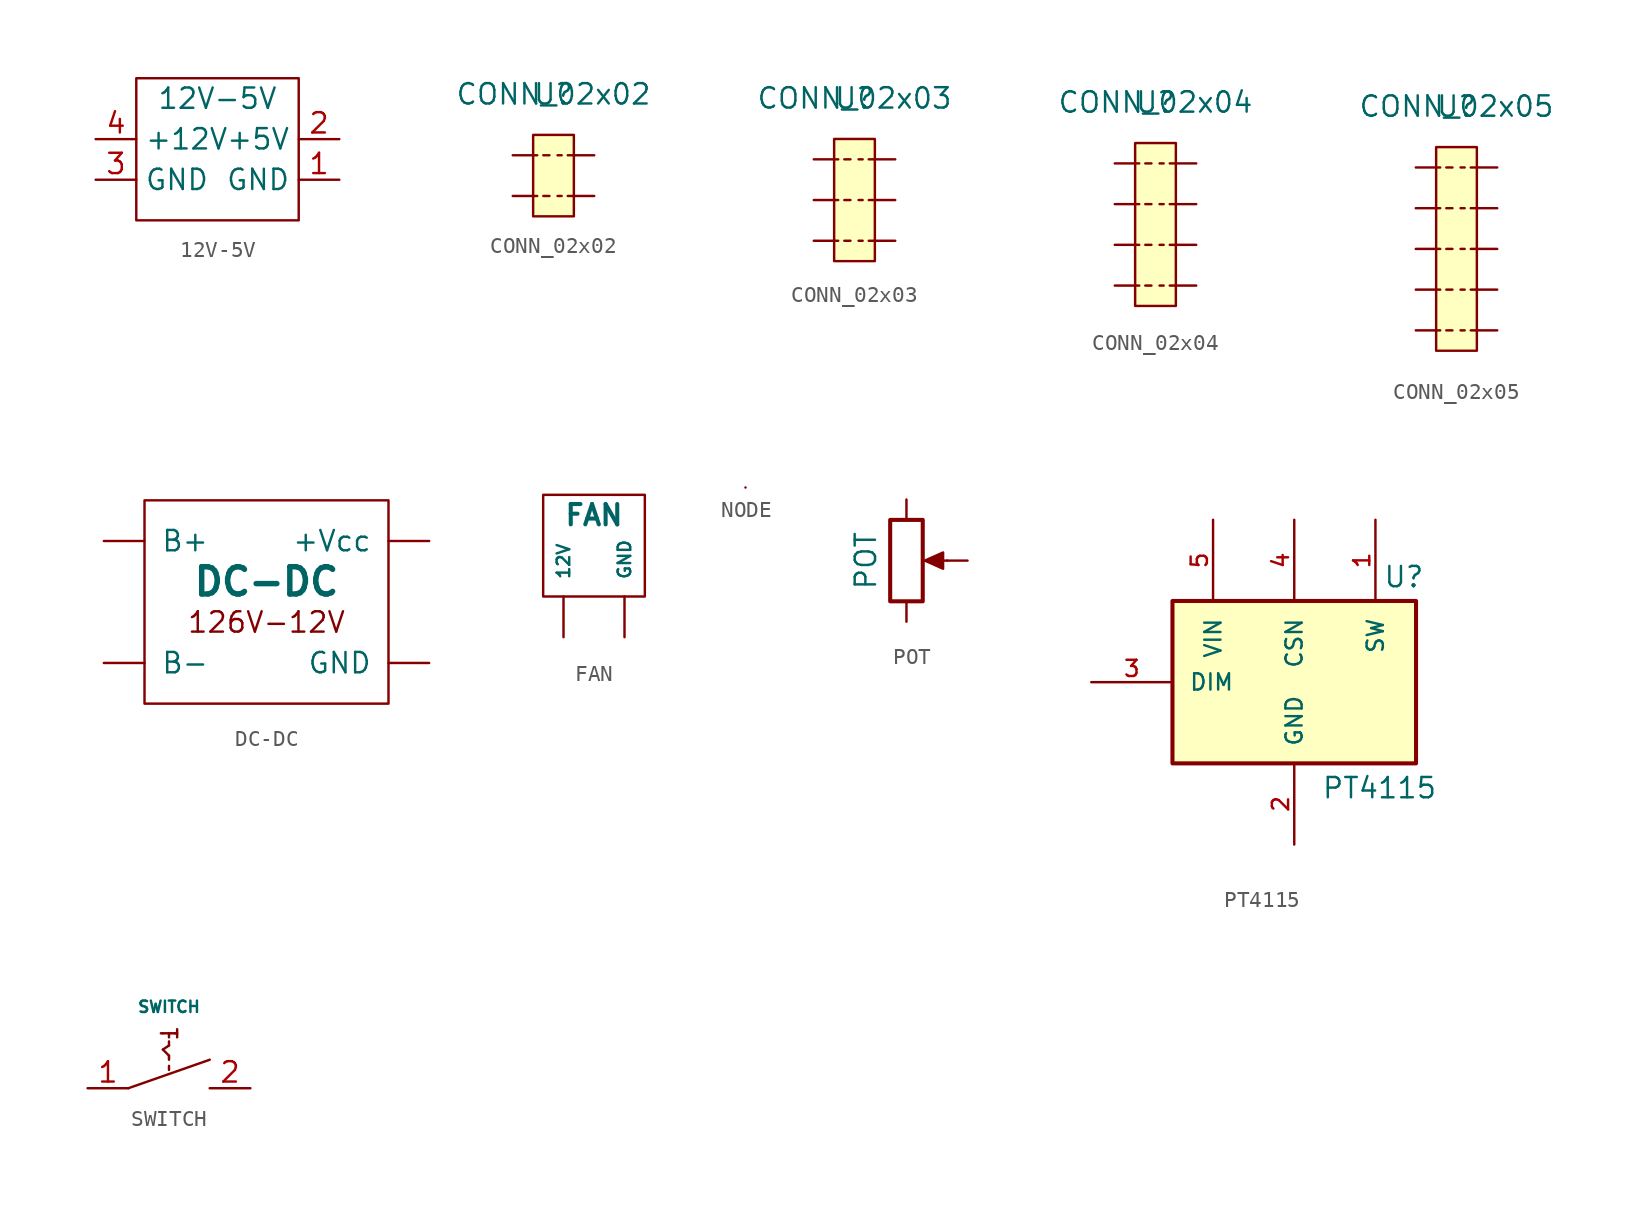
<source format=kicad_sym>
(kicad_symbol_lib
  (version 20231120)
  (generator "kicad_symbol_editor")
  (generator_version "8.0")
  (symbol "12V-5V"
    (property "Reference" "U"
      (at 0 0 0)
      (effects (font (size 1.27 1.27)) (hide yes)))
    (property "Value" "12V-5V"
      (at 0 2.54 0)
      (effects (font (size 1.27 1.27))))
    (symbol "12V-5V_0_1"
      (rectangle (start -5.08 3.81) (end 5.08 -5.08) (stroke (width 0) (type default)) (fill (type none))))
    (symbol "12V-5V_1_1"
      (pin input line (at 7.62 -2.54 180) (length 2.54) (name "GND" (effects (font (size 1.27 1.27)))) (number "1" (effects (font (size 1.27 1.27)))))
      (pin input line (at 7.62 0 180) (length 2.54) (name "+5V" (effects (font (size 1.27 1.27)))) (number "2" (effects (font (size 1.27 1.27)))))
      (pin input line (at -7.62 -2.54 0) (length 2.54) (name "GND" (effects (font (size 1.27 1.27)))) (number "3" (effects (font (size 1.27 1.27)))))
      (pin input line (at -7.62 0 0) (length 2.54) (name "+12V" (effects (font (size 1.27 1.27)))) (number "4" (effects (font (size 1.27 1.27)))))))
  (symbol "CONN_02x02"
    (property "Reference" "U"
      (at 0 0 0)
      (effects (font (size 1.27 1.27))))
    (property "Value" "CONN_02x02"
      (at 0 0 0)
      (effects (font (size 1.27 1.27))))
    (symbol "CONN_02x02_0_1"
      (rectangle (start -1.27 -2.54) (end 1.27 -7.62) (stroke (width 0) (type default)) (fill (type background)))
      (polyline (pts (xy -1.27 -6.35) (xy -1.016 -6.35)) (stroke (width 0) (type default)) (fill (type none)))
      (polyline (pts (xy -1.27 -3.81) (xy -1.016 -3.81)) (stroke (width 0) (type default)) (fill (type none)))
      (polyline (pts (xy -0.635 -6.35) (xy -0.254 -6.35)) (stroke (width 0) (type default)) (fill (type none)))
      (polyline (pts (xy -0.635 -3.81) (xy -0.254 -3.81)) (stroke (width 0) (type default)) (fill (type none)))
      (polyline (pts (xy 0.254 -6.35) (xy 0.508 -6.35)) (stroke (width 0) (type default)) (fill (type none)))
      (polyline (pts (xy 0.254 -3.81) (xy 0.508 -3.81)) (stroke (width 0) (type default)) (fill (type none)))
      (polyline (pts (xy 0.889 -6.35) (xy 1.27 -6.35)) (stroke (width 0) (type default)) (fill (type none)))
      (polyline (pts (xy 0.889 -3.81) (xy 1.27 -3.81)) (stroke (width 0) (type default)) (fill (type none))))
    (symbol "CONN_02x02_1_1"
      (pin input line (at -2.54 -6.35 0) (length 1.27) (name "" (effects (font (size 1.27 1.27)))) (number "" (effects (font (size 1.27 1.27)))))
      (pin input line (at -2.54 -3.81 0) (length 1.27) (name "" (effects (font (size 1.27 1.27)))) (number "" (effects (font (size 1.27 1.27)))))
      (pin input line (at 2.54 -6.35 180) (length 1.27) (name "" (effects (font (size 1.27 1.27)))) (number "" (effects (font (size 1.27 1.27)))))
      (pin input line (at 2.54 -3.81 180) (length 1.27) (name "" (effects (font (size 1.27 1.27)))) (number "" (effects (font (size 1.27 1.27)))))))
  (symbol "CONN_02x03"
    (property "Reference" "U"
      (at 0 0 0)
      (effects (font (size 1.27 1.27))))
    (property "Value" "CONN_02x03"
      (at 0 0 0)
      (effects (font (size 1.27 1.27))))
    (symbol "CONN_02x03_0_1"
      (rectangle (start -1.27 -2.54) (end 1.27 -10.16) (stroke (width 0) (type default)) (fill (type background)))
      (polyline (pts (xy -1.27 -8.89) (xy -1.016 -8.89)) (stroke (width 0) (type default)) (fill (type none)))
      (polyline (pts (xy -1.27 -6.35) (xy -1.016 -6.35)) (stroke (width 0) (type default)) (fill (type none)))
      (polyline (pts (xy -1.27 -3.81) (xy -1.016 -3.81)) (stroke (width 0) (type default)) (fill (type none)))
      (polyline (pts (xy -0.635 -8.89) (xy -0.254 -8.89)) (stroke (width 0) (type default)) (fill (type none)))
      (polyline (pts (xy -0.635 -6.35) (xy -0.254 -6.35)) (stroke (width 0) (type default)) (fill (type none)))
      (polyline (pts (xy -0.635 -3.81) (xy -0.254 -3.81)) (stroke (width 0) (type default)) (fill (type none)))
      (polyline (pts (xy 0.254 -8.89) (xy 0.508 -8.89)) (stroke (width 0) (type default)) (fill (type none)))
      (polyline (pts (xy 0.254 -6.35) (xy 0.508 -6.35)) (stroke (width 0) (type default)) (fill (type none)))
      (polyline (pts (xy 0.254 -3.81) (xy 0.508 -3.81)) (stroke (width 0) (type default)) (fill (type none)))
      (polyline (pts (xy 0.889 -8.89) (xy 1.27 -8.89)) (stroke (width 0) (type default)) (fill (type none)))
      (polyline (pts (xy 0.889 -6.35) (xy 1.27 -6.35)) (stroke (width 0) (type default)) (fill (type none)))
      (polyline (pts (xy 0.889 -3.81) (xy 1.27 -3.81)) (stroke (width 0) (type default)) (fill (type none))))
    (symbol "CONN_02x03_1_1"
      (pin input line (at -2.54 -8.89 0) (length 1.27) (name "" (effects (font (size 1.27 1.27)))) (number "" (effects (font (size 1.27 1.27)))))
      (pin input line (at -2.54 -6.35 0) (length 1.27) (name "" (effects (font (size 1.27 1.27)))) (number "" (effects (font (size 1.27 1.27)))))
      (pin input line (at -2.54 -3.81 0) (length 1.27) (name "" (effects (font (size 1.27 1.27)))) (number "" (effects (font (size 1.27 1.27)))))
      (pin input line (at 2.54 -8.89 180) (length 1.27) (name "" (effects (font (size 1.27 1.27)))) (number "" (effects (font (size 1.27 1.27)))))
      (pin input line (at 2.54 -6.35 180) (length 1.27) (name "" (effects (font (size 1.27 1.27)))) (number "" (effects (font (size 1.27 1.27)))))
      (pin input line (at 2.54 -3.81 180) (length 1.27) (name "" (effects (font (size 1.27 1.27)))) (number "" (effects (font (size 1.27 1.27)))))))
  (symbol "CONN_02x04"
    (property "Reference" "U"
      (at 0 0 0)
      (effects (font (size 1.27 1.27))))
    (property "Value" "CONN_02x04"
      (at 0 0 0)
      (effects (font (size 1.27 1.27))))
    (symbol "CONN_02x04_0_1"
      (rectangle (start -1.27 -2.54) (end 1.27 -12.7) (stroke (width 0) (type default)) (fill (type background)))
      (polyline (pts (xy -1.27 -11.43) (xy -1.016 -11.43)) (stroke (width 0) (type default)) (fill (type none)))
      (polyline (pts (xy -1.27 -8.89) (xy -1.016 -8.89)) (stroke (width 0) (type default)) (fill (type none)))
      (polyline (pts (xy -1.27 -6.35) (xy -1.016 -6.35)) (stroke (width 0) (type default)) (fill (type none)))
      (polyline (pts (xy -1.27 -3.81) (xy -1.016 -3.81)) (stroke (width 0) (type default)) (fill (type none)))
      (polyline (pts (xy -0.635 -11.43) (xy -0.254 -11.43)) (stroke (width 0) (type default)) (fill (type none)))
      (polyline (pts (xy -0.635 -8.89) (xy -0.254 -8.89)) (stroke (width 0) (type default)) (fill (type none)))
      (polyline (pts (xy -0.635 -6.35) (xy -0.254 -6.35)) (stroke (width 0) (type default)) (fill (type none)))
      (polyline (pts (xy -0.635 -3.81) (xy -0.254 -3.81)) (stroke (width 0) (type default)) (fill (type none)))
      (polyline (pts (xy 0.254 -11.43) (xy 0.508 -11.43)) (stroke (width 0) (type default)) (fill (type none)))
      (polyline (pts (xy 0.254 -8.89) (xy 0.508 -8.89)) (stroke (width 0) (type default)) (fill (type none)))
      (polyline (pts (xy 0.254 -6.35) (xy 0.508 -6.35)) (stroke (width 0) (type default)) (fill (type none)))
      (polyline (pts (xy 0.254 -3.81) (xy 0.508 -3.81)) (stroke (width 0) (type default)) (fill (type none)))
      (polyline (pts (xy 0.889 -11.43) (xy 1.27 -11.43)) (stroke (width 0) (type default)) (fill (type none)))
      (polyline (pts (xy 0.889 -8.89) (xy 1.27 -8.89)) (stroke (width 0) (type default)) (fill (type none)))
      (polyline (pts (xy 0.889 -6.35) (xy 1.27 -6.35)) (stroke (width 0) (type default)) (fill (type none)))
      (polyline (pts (xy 0.889 -3.81) (xy 1.27 -3.81)) (stroke (width 0) (type default)) (fill (type none))))
    (symbol "CONN_02x04_1_1"
      (pin input line (at -2.54 -11.43 0) (length 1.27) (name "" (effects (font (size 1.27 1.27)))) (number "" (effects (font (size 1.27 1.27)))))
      (pin input line (at -2.54 -8.89 0) (length 1.27) (name "" (effects (font (size 1.27 1.27)))) (number "" (effects (font (size 1.27 1.27)))))
      (pin input line (at -2.54 -6.35 0) (length 1.27) (name "" (effects (font (size 1.27 1.27)))) (number "" (effects (font (size 1.27 1.27)))))
      (pin input line (at -2.54 -3.81 0) (length 1.27) (name "" (effects (font (size 1.27 1.27)))) (number "" (effects (font (size 1.27 1.27)))))
      (pin input line (at 2.54 -11.43 180) (length 1.27) (name "" (effects (font (size 1.27 1.27)))) (number "" (effects (font (size 1.27 1.27)))))
      (pin input line (at 2.54 -8.89 180) (length 1.27) (name "" (effects (font (size 1.27 1.27)))) (number "" (effects (font (size 1.27 1.27)))))
      (pin input line (at 2.54 -6.35 180) (length 1.27) (name "" (effects (font (size 1.27 1.27)))) (number "" (effects (font (size 1.27 1.27)))))
      (pin input line (at 2.54 -3.81 180) (length 1.27) (name "" (effects (font (size 1.27 1.27)))) (number "" (effects (font (size 1.27 1.27)))))))
  (symbol "CONN_02x05"
    (property "Reference" "U"
      (at 0 0 0)
      (effects (font (size 1.27 1.27))))
    (property "Value" "CONN_02x05"
      (at 0 0 0)
      (effects (font (size 1.27 1.27))))
    (symbol "CONN_02x05_0_1"
      (rectangle (start -1.27 -2.54) (end 1.27 -15.24) (stroke (width 0) (type default)) (fill (type background)))
      (polyline (pts (xy -1.27 -13.97) (xy -1.016 -13.97)) (stroke (width 0) (type default)) (fill (type none)))
      (polyline (pts (xy -1.27 -11.43) (xy -1.016 -11.43)) (stroke (width 0) (type default)) (fill (type none)))
      (polyline (pts (xy -1.27 -8.89) (xy -1.016 -8.89)) (stroke (width 0) (type default)) (fill (type none)))
      (polyline (pts (xy -1.27 -6.35) (xy -1.016 -6.35)) (stroke (width 0) (type default)) (fill (type none)))
      (polyline (pts (xy -1.27 -3.81) (xy -1.016 -3.81)) (stroke (width 0) (type default)) (fill (type none)))
      (polyline (pts (xy -0.635 -13.97) (xy -0.254 -13.97)) (stroke (width 0) (type default)) (fill (type none)))
      (polyline (pts (xy -0.635 -11.43) (xy -0.254 -11.43)) (stroke (width 0) (type default)) (fill (type none)))
      (polyline (pts (xy -0.635 -8.89) (xy -0.254 -8.89)) (stroke (width 0) (type default)) (fill (type none)))
      (polyline (pts (xy -0.635 -6.35) (xy -0.254 -6.35)) (stroke (width 0) (type default)) (fill (type none)))
      (polyline (pts (xy -0.635 -3.81) (xy -0.254 -3.81)) (stroke (width 0) (type default)) (fill (type none)))
      (polyline (pts (xy 0.254 -13.97) (xy 0.508 -13.97)) (stroke (width 0) (type default)) (fill (type none)))
      (polyline (pts (xy 0.254 -11.43) (xy 0.508 -11.43)) (stroke (width 0) (type default)) (fill (type none)))
      (polyline (pts (xy 0.254 -8.89) (xy 0.508 -8.89)) (stroke (width 0) (type default)) (fill (type none)))
      (polyline (pts (xy 0.254 -6.35) (xy 0.508 -6.35)) (stroke (width 0) (type default)) (fill (type none)))
      (polyline (pts (xy 0.254 -3.81) (xy 0.508 -3.81)) (stroke (width 0) (type default)) (fill (type none)))
      (polyline (pts (xy 0.889 -13.97) (xy 1.27 -13.97)) (stroke (width 0) (type default)) (fill (type none)))
      (polyline (pts (xy 0.889 -11.43) (xy 1.27 -11.43)) (stroke (width 0) (type default)) (fill (type none)))
      (polyline (pts (xy 0.889 -8.89) (xy 1.27 -8.89)) (stroke (width 0) (type default)) (fill (type none)))
      (polyline (pts (xy 0.889 -6.35) (xy 1.27 -6.35)) (stroke (width 0) (type default)) (fill (type none)))
      (polyline (pts (xy 0.889 -3.81) (xy 1.27 -3.81)) (stroke (width 0) (type default)) (fill (type none))))
    (symbol "CONN_02x05_1_1"
      (pin input line (at -2.54 -13.97 0) (length 1.27) (name "" (effects (font (size 1.27 1.27)))) (number "" (effects (font (size 1.27 1.27)))))
      (pin input line (at -2.54 -11.43 0) (length 1.27) (name "" (effects (font (size 1.27 1.27)))) (number "" (effects (font (size 1.27 1.27)))))
      (pin input line (at -2.54 -8.89 0) (length 1.27) (name "" (effects (font (size 1.27 1.27)))) (number "" (effects (font (size 1.27 1.27)))))
      (pin input line (at -2.54 -6.35 0) (length 1.27) (name "" (effects (font (size 1.27 1.27)))) (number "" (effects (font (size 1.27 1.27)))))
      (pin input line (at -2.54 -3.81 0) (length 1.27) (name "" (effects (font (size 1.27 1.27)))) (number "" (effects (font (size 1.27 1.27)))))
      (pin input line (at 2.54 -13.97 180) (length 1.27) (name "" (effects (font (size 1.27 1.27)))) (number "" (effects (font (size 1.27 1.27)))))
      (pin input line (at 2.54 -11.43 180) (length 1.27) (name "" (effects (font (size 1.27 1.27)))) (number "" (effects (font (size 1.27 1.27)))))
      (pin input line (at 2.54 -8.89 180) (length 1.27) (name "" (effects (font (size 1.27 1.27)))) (number "" (effects (font (size 1.27 1.27)))))
      (pin input line (at 2.54 -6.35 180) (length 1.27) (name "" (effects (font (size 1.27 1.27)))) (number "" (effects (font (size 1.27 1.27)))))
      (pin input line (at 2.54 -3.81 180) (length 1.27) (name "" (effects (font (size 1.27 1.27)))) (number "" (effects (font (size 1.27 1.27)))))))
  (symbol "DC-DC"
    (pin_names
      (offset 1.016))
    (property "Reference" "U"
      (at 0 0 0)
      (effects (font (size 1.27 1.27)) (hide yes)))
    (property "Value" "DC-DC"
      (at 0 2.54 0)
      (effects (font (size 1.7 1.7) (bold yes))))
    (symbol "DC-DC_0_0"
      (text "126V-12V" (at 0 0 0) (effects (font (size 1.27 1.27)))))
    (symbol "DC-DC_0_1"
      (rectangle (start -7.62 7.62) (end 7.62 -5.08) (stroke (width 0) (type default)) (fill (type none))))
    (symbol "DC-DC_1_1"
      (pin input line (at 10.16 5.08 180) (length 2.54) (name "+Vcc" (effects (font (size 1.27 1.27)))) (number "" (effects (font (size 1.27 1.27)))))
      (pin input line (at -10.16 5.08 0) (length 2.54) (name "B+" (effects (font (size 1.27 1.27)))) (number "" (effects (font (size 1.27 1.27)))))
      (pin input line (at -10.16 -2.54 0) (length 2.54) (name "B-" (effects (font (size 1.27 1.27)))) (number "" (effects (font (size 1.27 1.27)))))
      (pin input line (at 10.16 -2.54 180) (length 2.54) (name "GND" (effects (font (size 1.27 1.27)))) (number "" (effects (font (size 1.27 1.27)))))))
  (symbol "FAN"
    (pin_names
      (offset 1.016))
    (property "Reference" "F"
      (at 0 0 0)
      (effects (font (size 1.27 1.27)) (hide yes)))
    (property "Value" "FAN"
      (at -0.635 2.54 0)
      (effects (font (size 1.27 1.27) (bold yes))))
    (symbol "FAN_0_1"
      (rectangle (start -3.81 -2.54) (end 2.54 3.81) (stroke (width 0) (type default)) (fill (type none))))
    (symbol "FAN_1_1"
      (pin input line (at -2.54 -5.08 90) (length 2.54) (name "12V" (effects (font (size 0.787 0.787)))) (number "" (effects (font (size 0.787 0.787)))))
      (pin input line (at 1.27 -5.08 90) (length 2.54) (name "GND" (effects (font (size 0.787 0.787)))) (number "" (effects (font (size 0.787 0.787)))))))
  (symbol "NODE"
    (pin_numbers hide)
    (pin_names
      (offset 0) hide)
    (property "Reference" "U"
      (at 0 3.81 0)
      (effects (font (size 1.27 1.27)) (hide yes)))
    (symbol "NODE_1_1"
      (pin input line (at 0 0 270) (length 0) (name "" (effects (font (size 0.787 0.787)))) (number "" (effects (font (size 0.787 0.787)))))))
  (symbol "POT"
    (pin_names
      (offset 1.016) hide)
    (property "Reference" "RV"
      (at -4.445 0 90)
      (effects (font (size 1.27 1.27)) (hide yes)))
    (property "Value" "POT"
      (at -2.54 0 90)
      (effects (font (size 1.27 1.27))))
    (symbol "POT_0_1"
      (polyline (pts (xy 2.54 0) (xy 1.524 0)) (stroke (width 0) (type default)) (fill (type none)))
      (polyline (pts (xy 1.143 0) (xy 2.286 0.508) (xy 2.286 -0.508) (xy 1.143 0)) (stroke (width 0) (type default)) (fill (type outline)))
      (rectangle (start 1.016 2.54) (end -1.016 -2.54) (stroke (width 0.254) (type default)) (fill (type none))))
    (symbol "POT_1_1"
      (pin passive line (at 0 3.81 270) (length 1.27) (name "1" (effects (font (size 1.27 1.27)))) (number "" (effects (font (size 1.27 1.27)))))
      (pin passive line (at 3.81 0 180) (length 1.27) (name "2" (effects (font (size 1.27 1.27)))) (number "" (effects (font (size 1.27 1.27)))))
      (pin passive line (at 0 -3.81 90) (length 1.27) (name "3" (effects (font (size 1.27 1.27)))) (number "" (effects (font (size 1.27 1.27)))))))
  (symbol "PT4115"
    (pin_names
      (offset 1.016))
    (property "Reference" "U"
      (at 6.858 5.842 0)
      (effects (font (size 1.27 1.27)) (justify bottom)))
    (property "Value" "PT4115"
      (at 5.334 -7.366 0)
      (effects (font (size 1.27 1.27)) (justify bottom)))
    (symbol "PT4115_0_0"
      (rectangle (start -7.62 -5.08) (end 7.62 5.08) (stroke (width 0.254) (type default)) (fill (type background)))
      (pin bidirectional line (at 5.08 10.16 270) (length 5.08) (name "SW" (effects (font (size 1.016 1.016)))) (number "1" (effects (font (size 1.016 1.016)))))
      (pin bidirectional line (at 0 -10.16 90) (length 5.08) (name "GND" (effects (font (size 1.016 1.016)))) (number "2" (effects (font (size 1.016 1.016)))))
      (pin bidirectional line (at -12.7 0 0) (length 5.08) (name "DIM" (effects (font (size 1.016 1.016)))) (number "3" (effects (font (size 1.016 1.016)))))
      (pin bidirectional line (at 0 10.16 270) (length 5.08) (name "CSN" (effects (font (size 1.016 1.016)))) (number "4" (effects (font (size 1.016 1.016)))))
      (pin bidirectional line (at -5.08 10.16 270) (length 5.08) (name "VIN" (effects (font (size 1.016 1.016)))) (number "5" (effects (font (size 1.016 1.016)))))))
  (symbol "SWITCH"
    (pin_names
      (offset 1.016))
    (property "Reference" "U"
      (at 0 0 0)
      (effects (font (size 0.711 0.711)) (hide yes)))
    (property "Value" "SWITCH"
      (at 0 5.08 0)
      (effects (font (size 0.711 0.711))))
    (symbol "SWITCH_0_1"
      (polyline (pts (xy -2.54 0) (xy 2.54 1.778)) (stroke (width 0) (type default)) (fill (type none)))
      (polyline (pts (xy -0.381 2.413) (xy 0 2.667)) (stroke (width 0) (type default)) (fill (type none)))
      (polyline (pts (xy -0.381 3.429) (xy -0.508 3.429)) (stroke (width 0) (type default)) (fill (type none)))
      (polyline (pts (xy -0.381 3.429) (xy 0.381 3.429)) (stroke (width 0) (type default)) (fill (type none)))
      (polyline (pts (xy 0 1.143) (xy 0 1.397)) (stroke (width 0) (type default)) (fill (type none)))
      (polyline (pts (xy 0 1.905) (xy 0 1.778)) (stroke (width 0) (type default)) (fill (type none)))
      (polyline (pts (xy 0 2.032) (xy -0.381 2.413)) (stroke (width 0) (type default)) (fill (type none)))
      (polyline (pts (xy 0 2.032) (xy 0 1.905)) (stroke (width 0) (type default)) (fill (type none)))
      (polyline (pts (xy 0 2.667) (xy 0 2.921)) (stroke (width 0) (type default)) (fill (type none)))
      (polyline (pts (xy 0 3.175) (xy 0 3.429)) (stroke (width 0) (type default)) (fill (type none)))
      (polyline (pts (xy 0.381 3.429) (xy 0.508 3.429)) (stroke (width 0) (type default)) (fill (type none)))
      (polyline (pts (xy 0.508 3.683) (xy 0.508 3.175)) (stroke (width 0) (type default)) (fill (type none))))
    (symbol "SWITCH_1_1"
      (pin input line (at -5.08 0 0) (length 2.54) (name "~" (effects (font (size 1.27 1.27)))) (number "1" (effects (font (size 1.27 1.27)))))
      (pin input line (at 5.08 0 180) (length 2.54) (name "~" (effects (font (size 1.27 1.27)))) (number "2" (effects (font (size 1.27 1.27))))))))
</source>
